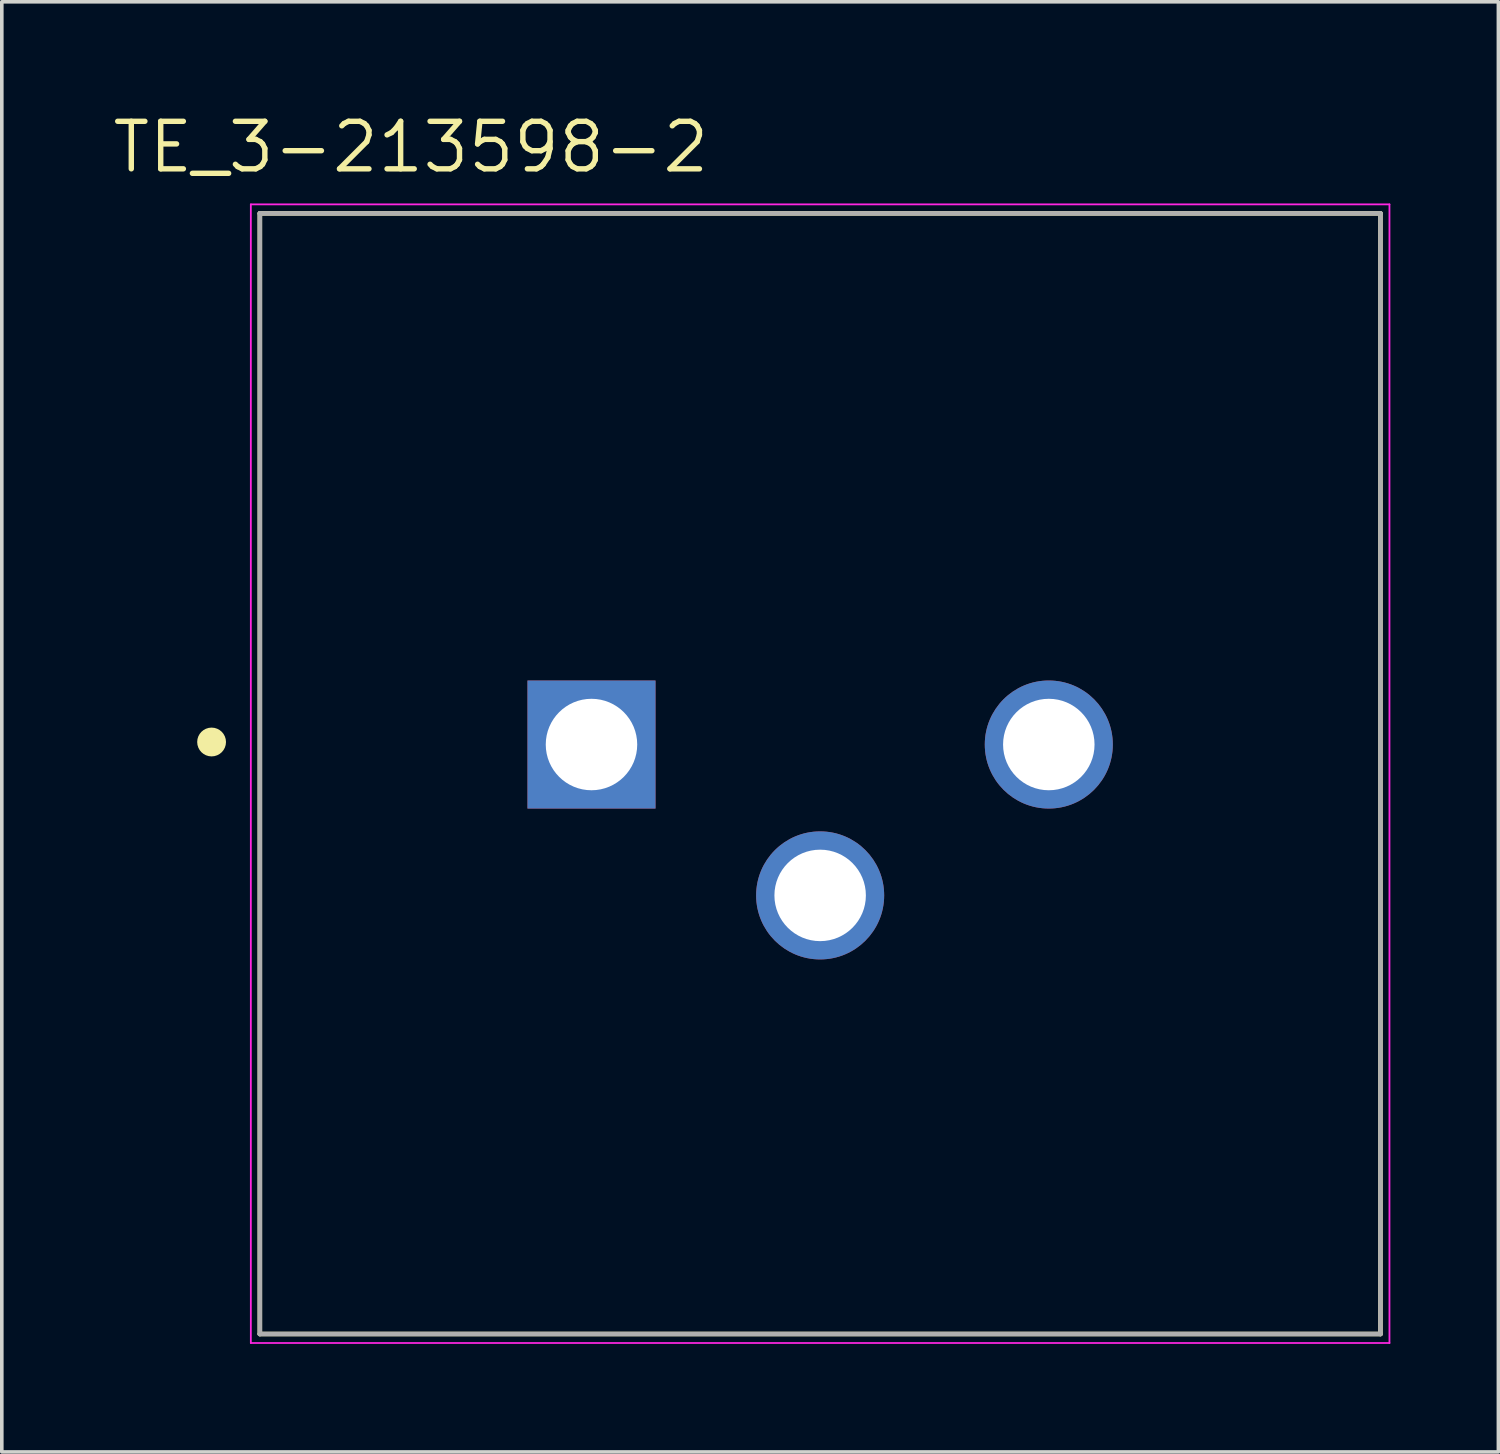
<source format=kicad_pcb>
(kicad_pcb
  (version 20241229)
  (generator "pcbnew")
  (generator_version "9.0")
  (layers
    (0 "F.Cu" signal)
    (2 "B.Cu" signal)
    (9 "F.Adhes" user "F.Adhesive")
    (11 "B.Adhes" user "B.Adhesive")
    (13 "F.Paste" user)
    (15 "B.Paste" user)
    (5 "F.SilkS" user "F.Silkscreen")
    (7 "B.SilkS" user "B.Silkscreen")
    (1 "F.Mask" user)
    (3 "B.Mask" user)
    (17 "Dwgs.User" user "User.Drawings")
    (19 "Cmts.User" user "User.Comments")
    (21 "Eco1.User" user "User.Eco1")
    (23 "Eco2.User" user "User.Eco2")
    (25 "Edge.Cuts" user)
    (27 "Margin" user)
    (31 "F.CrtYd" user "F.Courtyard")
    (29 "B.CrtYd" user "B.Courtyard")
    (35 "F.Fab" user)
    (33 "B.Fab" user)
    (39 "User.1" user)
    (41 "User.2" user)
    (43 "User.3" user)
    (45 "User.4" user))
  (footprint "TE_3-213598-2"
    (layer "F.Cu")
    (at 19.726 18.436)
    (property "Reference" "TE_3-213598-2" (at -11.367 -17.401 0) (layer "F.SilkS") (effects (font (size 1.32 1.32) (thickness 0.15))))
    (attr through_hole)
    (fp_line (start -15.56 -15.56) (end -15.56 15.56) (stroke (width 0.127) (type solid)) (layer "F.SilkS"))
    (fp_line (start -15.56 15.56) (end 15.56 15.56) (stroke (width 0.127) (type solid)) (layer "F.SilkS"))
    (fp_line (start 15.56 -15.56) (end -15.56 -15.56) (stroke (width 0.127) (type solid)) (layer "F.SilkS"))
    (fp_line (start 15.56 15.56) (end 15.56 -15.56) (stroke (width 0.127) (type solid)) (layer "F.SilkS"))
    (fp_circle (center -16.9 -0.88) (end -16.7 -0.88) (stroke (width 0.4) (type solid)) (fill no) (layer "F.SilkS"))
    (fp_line (start -15.81 -15.81) (end -15.81 15.81) (stroke (width 0.05) (type solid)) (layer "F.CrtYd"))
    (fp_line (start -15.81 15.81) (end 15.81 15.81) (stroke (width 0.05) (type solid)) (layer "F.CrtYd"))
    (fp_line (start 15.81 -15.81) (end -15.81 -15.81) (stroke (width 0.05) (type solid)) (layer "F.CrtYd"))
    (fp_line (start 15.81 15.81) (end 15.81 -15.81) (stroke (width 0.05) (type solid)) (layer "F.CrtYd"))
    (fp_line (start -15.56 -15.56) (end -15.56 15.56) (stroke (width 0.127) (type solid)) (layer "F.Fab"))
    (fp_line (start -15.56 15.56) (end 15.56 15.56) (stroke (width 0.127) (type solid)) (layer "F.Fab"))
    (fp_line (start 15.56 -15.56) (end -15.56 -15.56) (stroke (width 0.127) (type solid)) (layer "F.Fab"))
    (fp_line (start 15.56 15.56) (end 15.56 -15.56) (stroke (width 0.127) (type solid)) (layer "F.Fab"))
    (pad "1" thru_hole rect (at -6.35 -0.81) (size 3.556 3.556) (drill 2.54) (layers "*.Cu" "*.Mask"))
    (pad "2" thru_hole circle (at 6.35 -0.81) (size 3.556 3.556) (drill 2.54) (layers "*.Cu" "*.Mask"))
    (pad "3" thru_hole circle (at 0 3.38) (size 3.556 3.556) (drill 2.54) (layers "*.Cu" "*.Mask")))
  (gr_rect
    (start -3 -3)
    (end 38.561 37.271)
    (stroke (width 0.1) (type default))
    (fill no)
    (layer "Edge.Cuts")))
</source>
